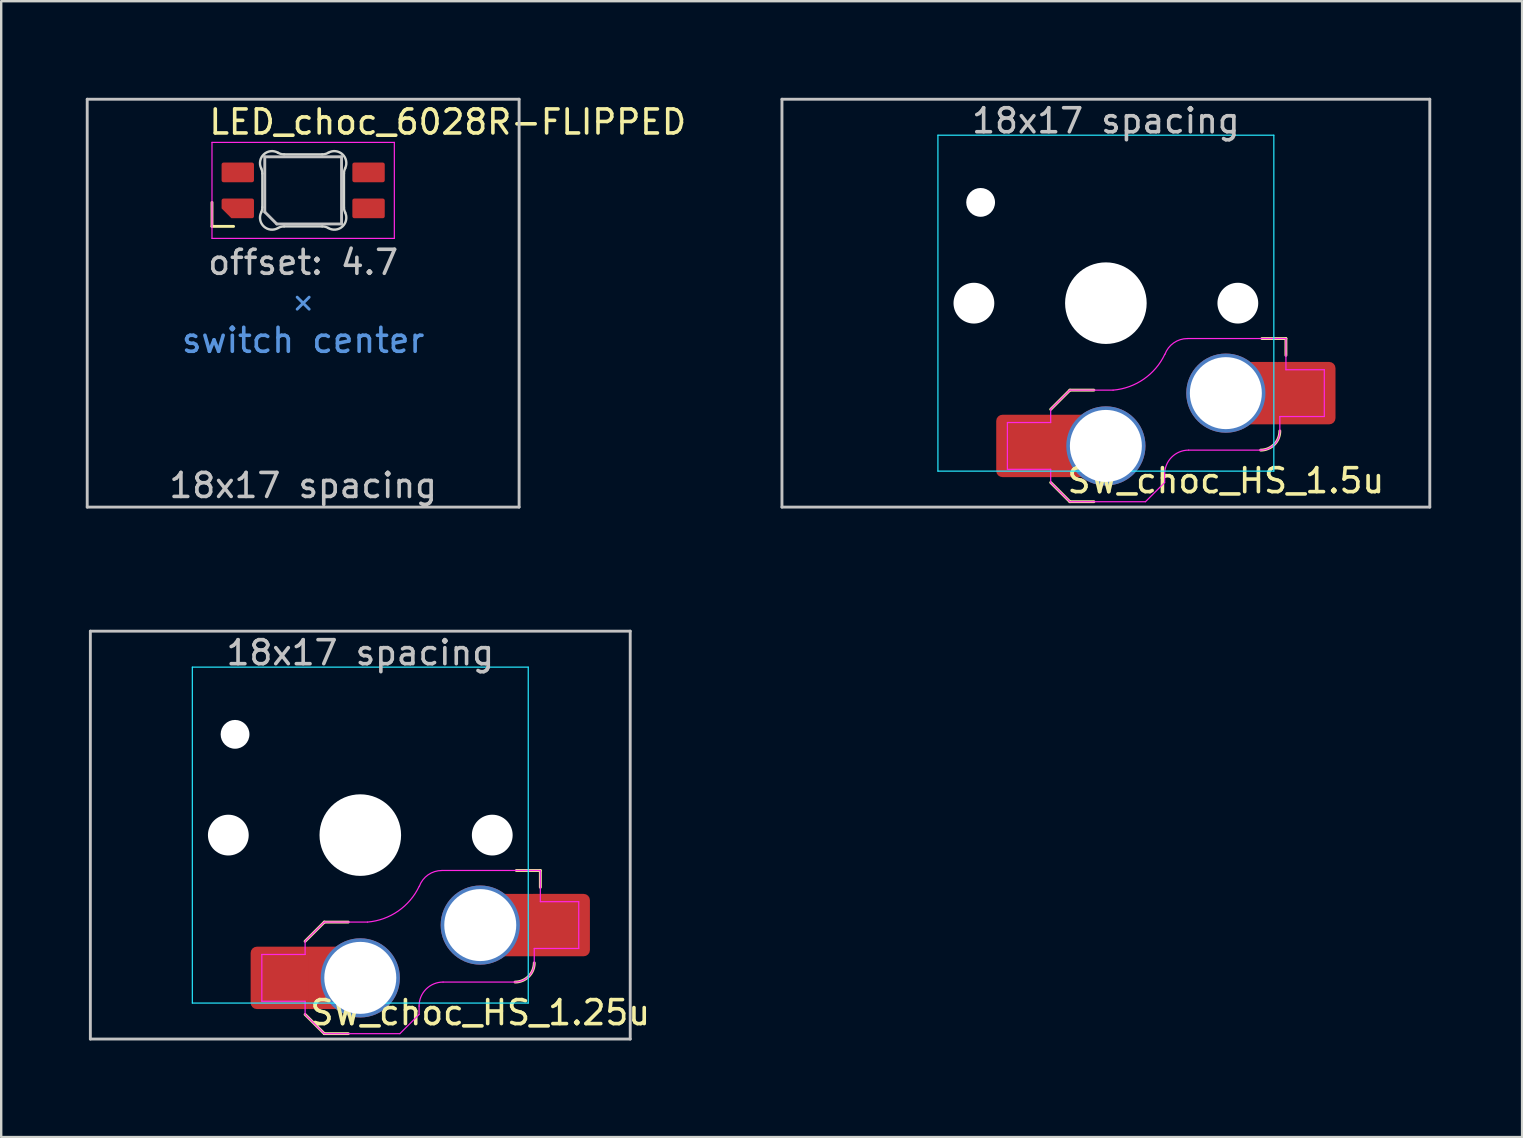
<source format=kicad_pcb>
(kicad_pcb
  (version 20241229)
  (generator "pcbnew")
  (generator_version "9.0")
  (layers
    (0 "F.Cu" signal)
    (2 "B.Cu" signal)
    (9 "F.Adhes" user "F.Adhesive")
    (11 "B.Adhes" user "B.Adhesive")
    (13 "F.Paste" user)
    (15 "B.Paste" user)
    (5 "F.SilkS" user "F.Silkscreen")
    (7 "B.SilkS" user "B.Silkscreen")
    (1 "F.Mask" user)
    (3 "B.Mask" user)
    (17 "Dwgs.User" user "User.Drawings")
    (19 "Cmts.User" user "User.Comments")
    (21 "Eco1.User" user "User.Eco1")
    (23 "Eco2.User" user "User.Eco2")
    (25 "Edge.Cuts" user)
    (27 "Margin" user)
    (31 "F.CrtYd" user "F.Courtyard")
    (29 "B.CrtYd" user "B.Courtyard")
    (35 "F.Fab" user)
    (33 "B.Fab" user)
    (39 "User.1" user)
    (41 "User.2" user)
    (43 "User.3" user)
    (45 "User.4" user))
  (footprint "SW_choc_HS_1.5u"
    (layer "F.Cu")
    (at 43.04 9.585)
    (property "Reference" "SW_choc_HS_1.5u" (at 5 7.4 180) (layer "F.SilkS") (effects (font (size 1 1) (thickness 0.15))))
    (attr smd)
    (fp_line (start -2.3 7.475) (end -1.5 8.275) (stroke (width 0.12) (type solid)) (layer "F.SilkS"))
    (fp_line (start -1.5 3.625) (end -2.3 4.425) (stroke (width 0.12) (type solid)) (layer "F.SilkS"))
    (fp_line (start -1.5 3.625) (end -0.5 3.625) (stroke (width 0.12) (type solid)) (layer "F.SilkS"))
    (fp_line (start -1.5 8.275) (end -0.5 8.275) (stroke (width 0.12) (type solid)) (layer "F.SilkS"))
    (fp_line (start 7.504 1.475) (end 6.504 1.475) (stroke (width 0.12) (type solid)) (layer "F.SilkS"))
    (fp_line (start 7.504 1.475) (end 7.504 2.175) (stroke (width 0.12) (type solid)) (layer "F.SilkS"))
    (fp_arc (start 7.25 5.325) (mid 7.015685 5.890685) (end 6.45 6.125) (stroke (width 0.12) (type solid)) (layer "F.SilkS"))
    (fp_line (start -13.5 -8.5) (end -13.5 8.5) (stroke (width 0.12) (type solid)) (layer "Dwgs.User"))
    (fp_line (start -13.5 8.5) (end 13.5 8.5) (stroke (width 0.12) (type solid)) (layer "Dwgs.User"))
    (fp_line (start 13.5 -8.5) (end -13.5 -8.5) (stroke (width 0.12) (type solid)) (layer "Dwgs.User"))
    (fp_line (start 13.5 8.5) (end 13.5 -8.5) (stroke (width 0.12) (type solid)) (layer "Dwgs.User"))
    (fp_line (start -14.287 -9.525) (end 14.287 -9.525) (stroke (width 0.12) (type solid)) (layer "Eco1.User"))
    (fp_line (start -14.287 9.525) (end -14.287 -9.525) (stroke (width 0.12) (type solid)) (layer "Eco1.User"))
    (fp_line (start 14.287 -9.525) (end 14.287 9.525) (stroke (width 0.12) (type solid)) (layer "Eco1.User"))
    (fp_line (start 14.287 9.525) (end -14.287 9.525) (stroke (width 0.12) (type solid)) (layer "Eco1.User"))
    (fp_line (start -6.95 -6.45) (end -6.95 6.45) (stroke (width 0.05) (type solid)) (layer "Eco2.User"))
    (fp_line (start -6.45 6.95) (end 6.45 6.95) (stroke (width 0.05) (type solid)) (layer "Eco2.User"))
    (fp_line (start 6.45 -6.95) (end -6.45 -6.95) (stroke (width 0.05) (type solid)) (layer "Eco2.User"))
    (fp_line (start 6.95 6.45) (end 6.95 -6.45) (stroke (width 0.05) (type solid)) (layer "Eco2.User"))
    (fp_arc (start -6.95 -6.45) (mid -6.803553 -6.803553) (end -6.45 -6.95) (stroke (width 0.05) (type solid)) (layer "Eco2.User"))
    (fp_arc (start -6.45 6.95) (mid -6.803553 6.803553) (end -6.95 6.45) (stroke (width 0.05) (type solid)) (layer "Eco2.User"))
    (fp_arc (start 6.45 -6.95) (mid 6.803553 -6.803553) (end 6.95 -6.45) (stroke (width 0.05) (type solid)) (layer "Eco2.User"))
    (fp_arc (start 6.95 6.45) (mid 6.803553 6.803553) (end 6.45 6.95) (stroke (width 0.05) (type solid)) (layer "Eco2.User"))
    (fp_line (start -7 -7) (end -7 7) (stroke (width 0.05) (type solid)) (layer "B.CrtYd"))
    (fp_line (start -7 7) (end 7 7) (stroke (width 0.05) (type solid)) (layer "B.CrtYd"))
    (fp_line (start 7 -7) (end -7 -7) (stroke (width 0.05) (type solid)) (layer "B.CrtYd"))
    (fp_line (start 7 7) (end 7 -7) (stroke (width 0.05) (type solid)) (layer "B.CrtYd"))
    (fp_line (start -4.104 4.975) (end -4.104 6.925) (stroke (width 0.05) (type solid)) (layer "F.CrtYd"))
    (fp_line (start -4.104 4.975) (end -2.3 4.975) (stroke (width 0.05) (type solid)) (layer "F.CrtYd"))
    (fp_line (start -4.104 6.925) (end -2.3 6.925) (stroke (width 0.05) (type solid)) (layer "F.CrtYd"))
    (fp_line (start -2.3 4.975) (end -2.3 4.425) (stroke (width 0.05) (type solid)) (layer "F.CrtYd"))
    (fp_line (start -2.3 7.475) (end -2.3 6.925) (stroke (width 0.05) (type solid)) (layer "F.CrtYd"))
    (fp_line (start -2.3 7.475) (end -1.5 8.275) (stroke (width 0.05) (type solid)) (layer "F.CrtYd"))
    (fp_line (start -1.5 3.625) (end -2.3 4.425) (stroke (width 0.05) (type solid)) (layer "F.CrtYd"))
    (fp_line (start -1.5 3.625) (end 0.3 3.625) (stroke (width 0.05) (type solid)) (layer "F.CrtYd"))
    (fp_line (start -1.5 8.275) (end 1.65 8.275) (stroke (width 0.05) (type solid)) (layer "F.CrtYd"))
    (fp_line (start 2.45 7.475) (end 1.65 8.275) (stroke (width 0.05) (type solid)) (layer "F.CrtYd"))
    (fp_line (start 2.45 7.475) (end 2.45 7.125) (stroke (width 0.05) (type solid)) (layer "F.CrtYd"))
    (fp_line (start 3.45 6.125) (end 6.45 6.125) (stroke (width 0.05) (type solid)) (layer "F.CrtYd"))
    (fp_line (start 7.25 4.725) (end 9.104 4.725) (stroke (width 0.05) (type solid)) (layer "F.CrtYd"))
    (fp_line (start 7.25 5.325) (end 7.25 4.725) (stroke (width 0.05) (type solid)) (layer "F.CrtYd"))
    (fp_line (start 7.504 1.475) (end 3.4 1.475) (stroke (width 0.05) (type solid)) (layer "F.CrtYd"))
    (fp_line (start 7.504 1.475) (end 7.504 2.175) (stroke (width 0.05) (type solid)) (layer "F.CrtYd"))
    (fp_line (start 7.504 2.175) (end 7.504 2.775) (stroke (width 0.05) (type solid)) (layer "F.CrtYd"))
    (fp_line (start 9.104 2.775) (end 7.504 2.775) (stroke (width 0.05) (type solid)) (layer "F.CrtYd"))
    (fp_line (start 9.104 4.725) (end 9.104 2.775) (stroke (width 0.05) (type solid)) (layer "F.CrtYd"))
    (fp_arc (start 2.45 7.125) (mid 2.742893 6.417893) (end 3.45 6.125) (stroke (width 0.05) (type solid)) (layer "F.CrtYd"))
    (fp_arc (start 2.455444 2.13293) (mid 1.577272 3.167235) (end 0.299999 3.624999) (stroke (width 0.05) (type solid)) (layer "F.CrtYd"))
    (fp_arc (start 2.460307 2.13298) (mid 2.826423 1.655848) (end 3.4 1.475) (stroke (width 0.05) (type solid)) (layer "F.CrtYd"))
    (fp_arc (start 7.25 5.325) (mid 7.015685 5.890685) (end 6.45 6.125) (stroke (width 0.05) (type solid)) (layer "F.CrtYd"))
    (fp_text user "18x17 spacing" (at 0 -7.6 180) (layer "Dwgs.User") (effects (font (size 1 1) (thickness 0.15))))
    (fp_text user "19.05 spacing" (at 0 -8.7 180) (layer "Eco1.User") (effects (font (size 1 1) (thickness 0.15))))
    (pad "" np_thru_hole circle (at -5.5 0 180) (size 1.7 1.7) (drill 1.7) (layers "*.Cu" "*.Mask"))
    (pad "" np_thru_hole circle (at -5.22 -4.2 180) (size 1.2 1.2) (drill 1.2) (layers "*.Cu" "*.Mask"))
    (pad "" np_thru_hole circle (at 0 0 180) (size 3.4 3.4) (drill 3.4) (layers "*.Cu" "*.Mask"))
    (pad "" np_thru_hole circle (at 5.5 0 180) (size 1.7 1.7) (drill 1.7) (layers "*.Cu" "*.Mask"))
    (pad "1" thru_hole circle (at 5 3.75) (size 3.3 3.3) (drill 3) (layers "*.Cu" "F.Mask"))
    (pad "1" smd rect (at 6.55 3.75) (size 1.2 2.6) (layers "F.Cu"))
    (pad "1" smd roundrect (at 8.245 3.75) (size 2.65 2.6) (layers "F.Cu" "F.Mask" "F.Paste") (roundrect_rratio 0.1))
    (pad "2" smd roundrect (at -3.245 5.95) (size 2.65 2.6) (layers "F.Cu" "F.Mask" "F.Paste") (roundrect_rratio 0.1))
    (pad "2" smd rect (at -1.55 5.95 180) (size 1.2 2.6) (layers "F.Cu"))
    (pad "2" thru_hole circle (at 0 5.95) (size 3.3 3.3) (drill 3) (layers "*.Cu" "F.Mask")))
  (footprint "LED_choc_6028R-FLIPPED"
    (layer "F.Cu")
    (at 9.585 4.885)
    (property "Reference" "LED_choc_6028R-FLIPPED" (at -4 -2.85 180) (layer "F.SilkS") (effects (font (size 1 1) (thickness 0.15)) (justify left)))
    (attr smd)
    (fp_line (start -3.8 0.5) (end -3.8 1.5) (stroke (width 0.12) (type solid)) (layer "F.SilkS"))
    (fp_line (start -3.8 1.5) (end -2.9 1.5) (stroke (width 0.12) (type solid)) (layer "F.SilkS"))
    (fp_line (start -9 -3.8) (end -9 13.2) (stroke (width 0.12) (type solid)) (layer "Dwgs.User"))
    (fp_line (start -9 13.2) (end 9 13.2) (stroke (width 0.12) (type solid)) (layer "Dwgs.User"))
    (fp_line (start -1.6 -1.4) (end 1.6 -1.4) (stroke (width 0.12) (type solid)) (layer "Dwgs.User"))
    (fp_line (start -1.6 0.9) (end -1.6 -1.4) (stroke (width 0.12) (type solid)) (layer "Dwgs.User"))
    (fp_line (start -1.6 0.9) (end -1.1 1.4) (stroke (width 0.12) (type solid)) (layer "Dwgs.User"))
    (fp_line (start 1.6 -1.4) (end 1.6 1.4) (stroke (width 0.12) (type solid)) (layer "Dwgs.User"))
    (fp_line (start 1.6 1.4) (end -1.1 1.4) (stroke (width 0.12) (type solid)) (layer "Dwgs.User"))
    (fp_line (start 9 -3.8) (end -9 -3.8) (stroke (width 0.12) (type solid)) (layer "Dwgs.User"))
    (fp_line (start 9 13.2) (end 9 -3.8) (stroke (width 0.12) (type solid)) (layer "Dwgs.User"))
    (fp_line (start -0.25 4.45) (end 0 4.7) (stroke (width 0.12) (type solid)) (layer "Cmts.User"))
    (fp_line (start 0 4.7) (end -0.25 4.95) (stroke (width 0.12) (type solid)) (layer "Cmts.User"))
    (fp_line (start 0 4.7) (end 0.25 4.95) (stroke (width 0.12) (type solid)) (layer "Cmts.User"))
    (fp_line (start 0.25 4.45) (end 0 4.7) (stroke (width 0.12) (type solid)) (layer "Cmts.User"))
    (fp_line (start -9.525 -4.825) (end 9.525 -4.825) (stroke (width 0.12) (type solid)) (layer "Eco1.User"))
    (fp_line (start -9.525 14.225) (end -9.525 -4.825) (stroke (width 0.12) (type solid)) (layer "Eco1.User"))
    (fp_line (start 9.525 -4.825) (end 9.525 14.225) (stroke (width 0.12) (type solid)) (layer "Eco1.User"))
    (fp_line (start 9.525 14.225) (end -9.525 14.225) (stroke (width 0.12) (type solid)) (layer "Eco1.User"))
    (fp_line (start -1.7 -0.703) (end -1.7 0.703) (stroke (width 0.1) (type solid)) (layer "Edge.Cuts"))
    (fp_line (start -0.794 1.5) (end 0.794 1.5) (stroke (width 0.1) (type solid)) (layer "Edge.Cuts"))
    (fp_line (start 0.794 -1.5) (end -0.794 -1.5) (stroke (width 0.1) (type solid)) (layer "Edge.Cuts"))
    (fp_line (start 1.7 0.703) (end 1.7 -0.703) (stroke (width 0.1) (type solid)) (layer "Edge.Cuts"))
    (fp_arc (start -1.749484 -0.919721) (mid -1.712527 -0.814069) (end -1.699999 -0.702844) (stroke (width 0.1) (type solid)) (layer "Edge.Cuts"))
    (fp_arc (start -1.749484 -0.919721) (mid -1.63807 -1.504035) (end -1.046711 -1.568299) (stroke (width 0.1) (type solid)) (layer "Edge.Cuts"))
    (fp_arc (start -1.699999 0.702841) (mid -1.712527 0.814067) (end -1.749484 0.919719) (stroke (width 0.1) (type solid)) (layer "Edge.Cuts"))
    (fp_arc (start -1.046711 1.568298) (mid -1.638072 1.504034) (end -1.749484 0.919718) (stroke (width 0.1) (type solid)) (layer "Edge.Cuts"))
    (fp_arc (start -1.046711 1.568298) (mid -0.925123 1.517376) (end -0.794452 1.499999) (stroke (width 0.1) (type solid)) (layer "Edge.Cuts"))
    (fp_arc (start -0.794453 -1.5) (mid -0.925123 -1.517377) (end -1.046711 -1.568299) (stroke (width 0.1) (type solid)) (layer "Edge.Cuts"))
    (fp_arc (start 0.794452 1.499999) (mid 0.925122 1.517376) (end 1.04671 1.568298) (stroke (width 0.1) (type solid)) (layer "Edge.Cuts"))
    (fp_arc (start 1.046711 -1.5683) (mid 0.925123 -1.517378) (end 0.794453 -1.500001) (stroke (width 0.1) (type solid)) (layer "Edge.Cuts"))
    (fp_arc (start 1.046711 -1.5683) (mid 1.638071 -1.504036) (end 1.749484 -0.919721) (stroke (width 0.1) (type solid)) (layer "Edge.Cuts"))
    (fp_arc (start 1.699999 -0.702843) (mid 1.712527 -0.814069) (end 1.749484 -0.919721) (stroke (width 0.1) (type solid)) (layer "Edge.Cuts"))
    (fp_arc (start 1.749484 0.919719) (mid 1.63807 1.504033) (end 1.046711 1.568296) (stroke (width 0.1) (type solid)) (layer "Edge.Cuts"))
    (fp_arc (start 1.749484 0.919719) (mid 1.712527 0.814067) (end 1.699999 0.702842) (stroke (width 0.1) (type solid)) (layer "Edge.Cuts"))
    (fp_line (start -3.8 -2) (end 3.8 -2) (stroke (width 0.05) (type solid)) (layer "F.CrtYd"))
    (fp_line (start -3.8 2) (end -3.8 -2) (stroke (width 0.05) (type solid)) (layer "F.CrtYd"))
    (fp_line (start 3.8 -2) (end 3.8 2) (stroke (width 0.05) (type solid)) (layer "F.CrtYd"))
    (fp_line (start 3.8 2) (end -3.8 2) (stroke (width 0.05) (type solid)) (layer "F.CrtYd"))
    (fp_text user "18x17 spacing" (at 0 12.3 180) (layer "Dwgs.User") (effects (font (size 1 1) (thickness 0.15))))
    (fp_text user "offset: 4.7" (at 0 3 180) (layer "Dwgs.User") (effects (font (size 1 1) (thickness 0.15))))
    (fp_text user "switch center" (at 0 6.25 180) (layer "Cmts.User") (effects (font (size 1 1) (thickness 0.15))))
    (fp_text user "19.05 spacing" (at 0 13.4 180) (layer "Eco1.User") (effects (font (size 1 1) (thickness 0.15))))
    (pad "1" smd roundrect (at 2.725 -0.75 90) (size 0.82 1.35) (layers "F.Cu" "F.Mask" "F.Paste") (roundrect_rratio 0.1))
    (pad "2" smd roundrect (at 2.725 0.75 90) (size 0.82 1.35) (layers "F.Cu" "F.Mask" "F.Paste") (roundrect_rratio 0.1))
    (pad "3" smd roundrect (at -2.725 -0.75 90) (size 0.82 1.35) (layers "F.Cu" "F.Mask" "F.Paste") (roundrect_rratio 0.1))
    (pad "4" smd roundrect (at -2.725 0.75 90) (size 0.82 1.35) (layers "F.Cu" "F.Mask" "F.Paste") (roundrect_rratio 0.1) (chamfer_ratio 0.5) (chamfer top_left)))
  (footprint "SW_choc_HS_1.25u"
    (layer "F.Cu")
    (at 11.966 31.755)
    (property "Reference" "SW_choc_HS_1.25u" (at 5 7.4 180) (layer "F.SilkS") (effects (font (size 1 1) (thickness 0.15))))
    (attr smd)
    (fp_line (start -2.3 7.475) (end -1.5 8.275) (stroke (width 0.12) (type solid)) (layer "F.SilkS"))
    (fp_line (start -1.5 3.625) (end -2.3 4.425) (stroke (width 0.12) (type solid)) (layer "F.SilkS"))
    (fp_line (start -1.5 3.625) (end -0.5 3.625) (stroke (width 0.12) (type solid)) (layer "F.SilkS"))
    (fp_line (start -1.5 8.275) (end -0.5 8.275) (stroke (width 0.12) (type solid)) (layer "F.SilkS"))
    (fp_line (start 7.504 1.475) (end 6.504 1.475) (stroke (width 0.12) (type solid)) (layer "F.SilkS"))
    (fp_line (start 7.504 1.475) (end 7.504 2.175) (stroke (width 0.12) (type solid)) (layer "F.SilkS"))
    (fp_arc (start 7.25 5.325) (mid 7.015685 5.890685) (end 6.45 6.125) (stroke (width 0.12) (type solid)) (layer "F.SilkS"))
    (fp_line (start -11.25 -8.5) (end -11.25 8.5) (stroke (width 0.12) (type solid)) (layer "Dwgs.User"))
    (fp_line (start -11.25 8.5) (end 11.25 8.5) (stroke (width 0.12) (type solid)) (layer "Dwgs.User"))
    (fp_line (start 11.25 -8.5) (end -11.25 -8.5) (stroke (width 0.12) (type solid)) (layer "Dwgs.User"))
    (fp_line (start 11.25 8.5) (end 11.25 -8.5) (stroke (width 0.12) (type solid)) (layer "Dwgs.User"))
    (fp_line (start -11.906 -9.525) (end 11.906 -9.525) (stroke (width 0.12) (type solid)) (layer "Eco1.User"))
    (fp_line (start -11.906 9.525) (end -11.906 -9.525) (stroke (width 0.12) (type solid)) (layer "Eco1.User"))
    (fp_line (start 11.906 -9.525) (end 11.906 9.525) (stroke (width 0.12) (type solid)) (layer "Eco1.User"))
    (fp_line (start 11.906 9.525) (end -11.906 9.525) (stroke (width 0.12) (type solid)) (layer "Eco1.User"))
    (fp_line (start -6.95 -6.45) (end -6.95 6.45) (stroke (width 0.05) (type solid)) (layer "Eco2.User"))
    (fp_line (start -6.45 6.95) (end 6.45 6.95) (stroke (width 0.05) (type solid)) (layer "Eco2.User"))
    (fp_line (start 6.45 -6.95) (end -6.45 -6.95) (stroke (width 0.05) (type solid)) (layer "Eco2.User"))
    (fp_line (start 6.95 6.45) (end 6.95 -6.45) (stroke (width 0.05) (type solid)) (layer "Eco2.User"))
    (fp_arc (start -6.95 -6.45) (mid -6.803553 -6.803553) (end -6.45 -6.95) (stroke (width 0.05) (type solid)) (layer "Eco2.User"))
    (fp_arc (start -6.45 6.95) (mid -6.803553 6.803553) (end -6.95 6.45) (stroke (width 0.05) (type solid)) (layer "Eco2.User"))
    (fp_arc (start 6.45 -6.95) (mid 6.803553 -6.803553) (end 6.95 -6.45) (stroke (width 0.05) (type solid)) (layer "Eco2.User"))
    (fp_arc (start 6.95 6.45) (mid 6.803553 6.803553) (end 6.45 6.95) (stroke (width 0.05) (type solid)) (layer "Eco2.User"))
    (fp_line (start -7 -7) (end -7 7) (stroke (width 0.05) (type solid)) (layer "B.CrtYd"))
    (fp_line (start -7 7) (end 7 7) (stroke (width 0.05) (type solid)) (layer "B.CrtYd"))
    (fp_line (start 7 -7) (end -7 -7) (stroke (width 0.05) (type solid)) (layer "B.CrtYd"))
    (fp_line (start 7 7) (end 7 -7) (stroke (width 0.05) (type solid)) (layer "B.CrtYd"))
    (fp_line (start -4.104 4.975) (end -4.104 6.925) (stroke (width 0.05) (type solid)) (layer "F.CrtYd"))
    (fp_line (start -4.104 4.975) (end -2.3 4.975) (stroke (width 0.05) (type solid)) (layer "F.CrtYd"))
    (fp_line (start -4.104 6.925) (end -2.3 6.925) (stroke (width 0.05) (type solid)) (layer "F.CrtYd"))
    (fp_line (start -2.3 4.975) (end -2.3 4.425) (stroke (width 0.05) (type solid)) (layer "F.CrtYd"))
    (fp_line (start -2.3 7.475) (end -2.3 6.925) (stroke (width 0.05) (type solid)) (layer "F.CrtYd"))
    (fp_line (start -2.3 7.475) (end -1.5 8.275) (stroke (width 0.05) (type solid)) (layer "F.CrtYd"))
    (fp_line (start -1.5 3.625) (end -2.3 4.425) (stroke (width 0.05) (type solid)) (layer "F.CrtYd"))
    (fp_line (start -1.5 3.625) (end 0.3 3.625) (stroke (width 0.05) (type solid)) (layer "F.CrtYd"))
    (fp_line (start -1.5 8.275) (end 1.65 8.275) (stroke (width 0.05) (type solid)) (layer "F.CrtYd"))
    (fp_line (start 2.45 7.475) (end 1.65 8.275) (stroke (width 0.05) (type solid)) (layer "F.CrtYd"))
    (fp_line (start 2.45 7.475) (end 2.45 7.125) (stroke (width 0.05) (type solid)) (layer "F.CrtYd"))
    (fp_line (start 3.45 6.125) (end 6.45 6.125) (stroke (width 0.05) (type solid)) (layer "F.CrtYd"))
    (fp_line (start 7.25 4.725) (end 9.104 4.725) (stroke (width 0.05) (type solid)) (layer "F.CrtYd"))
    (fp_line (start 7.25 5.325) (end 7.25 4.725) (stroke (width 0.05) (type solid)) (layer "F.CrtYd"))
    (fp_line (start 7.504 1.475) (end 3.4 1.475) (stroke (width 0.05) (type solid)) (layer "F.CrtYd"))
    (fp_line (start 7.504 1.475) (end 7.504 2.175) (stroke (width 0.05) (type solid)) (layer "F.CrtYd"))
    (fp_line (start 7.504 2.175) (end 7.504 2.775) (stroke (width 0.05) (type solid)) (layer "F.CrtYd"))
    (fp_line (start 9.104 2.775) (end 7.504 2.775) (stroke (width 0.05) (type solid)) (layer "F.CrtYd"))
    (fp_line (start 9.104 4.725) (end 9.104 2.775) (stroke (width 0.05) (type solid)) (layer "F.CrtYd"))
    (fp_arc (start 2.45 7.125) (mid 2.742893 6.417893) (end 3.45 6.125) (stroke (width 0.05) (type solid)) (layer "F.CrtYd"))
    (fp_arc (start 2.455444 2.13293) (mid 1.577272 3.167235) (end 0.299999 3.624999) (stroke (width 0.05) (type solid)) (layer "F.CrtYd"))
    (fp_arc (start 2.460307 2.13298) (mid 2.826423 1.655848) (end 3.4 1.475) (stroke (width 0.05) (type solid)) (layer "F.CrtYd"))
    (fp_arc (start 7.25 5.325) (mid 7.015685 5.890685) (end 6.45 6.125) (stroke (width 0.05) (type solid)) (layer "F.CrtYd"))
    (fp_text user "18x17 spacing" (at 0 -7.6 180) (layer "Dwgs.User") (effects (font (size 1 1) (thickness 0.15))))
    (fp_text user "19.05 spacing" (at 0 -8.7 180) (layer "Eco1.User") (effects (font (size 1 1) (thickness 0.15))))
    (pad "" np_thru_hole circle (at -5.5 0 180) (size 1.7 1.7) (drill 1.7) (layers "*.Cu" "*.Mask"))
    (pad "" np_thru_hole circle (at -5.22 -4.2 180) (size 1.2 1.2) (drill 1.2) (layers "*.Cu" "*.Mask"))
    (pad "" np_thru_hole circle (at 0 0 180) (size 3.4 3.4) (drill 3.4) (layers "*.Cu" "*.Mask"))
    (pad "" np_thru_hole circle (at 5.5 0 180) (size 1.7 1.7) (drill 1.7) (layers "*.Cu" "*.Mask"))
    (pad "1" thru_hole circle (at 5 3.75) (size 3.3 3.3) (drill 3) (layers "*.Cu" "F.Mask"))
    (pad "1" smd rect (at 6.55 3.75) (size 1.2 2.6) (layers "F.Cu"))
    (pad "1" smd roundrect (at 8.245 3.75) (size 2.65 2.6) (layers "F.Cu" "F.Mask" "F.Paste") (roundrect_rratio 0.1))
    (pad "2" smd roundrect (at -3.245 5.95) (size 2.65 2.6) (layers "F.Cu" "F.Mask" "F.Paste") (roundrect_rratio 0.1))
    (pad "2" smd rect (at -1.55 5.95 180) (size 1.2 2.6) (layers "F.Cu"))
    (pad "2" thru_hole circle (at 0 5.95) (size 3.3 3.3) (drill 3) (layers "*.Cu" "F.Mask")))
  (gr_rect
    (start -3 -3)
    (end 60.387 44.34)
    (stroke (width 0.1) (type default))
    (fill no)
    (layer "Edge.Cuts")))
</source>
